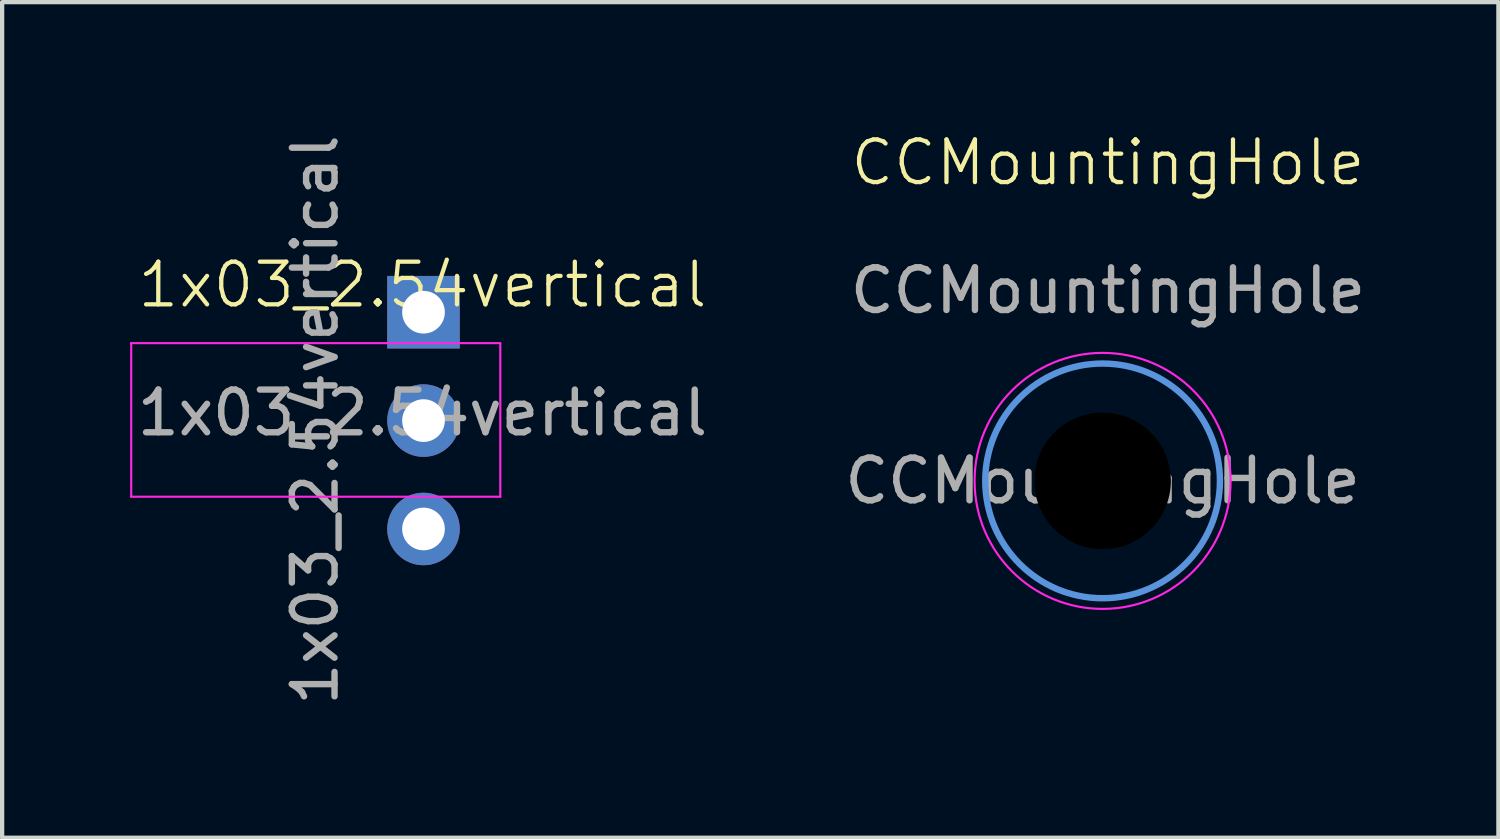
<source format=kicad_pcb>
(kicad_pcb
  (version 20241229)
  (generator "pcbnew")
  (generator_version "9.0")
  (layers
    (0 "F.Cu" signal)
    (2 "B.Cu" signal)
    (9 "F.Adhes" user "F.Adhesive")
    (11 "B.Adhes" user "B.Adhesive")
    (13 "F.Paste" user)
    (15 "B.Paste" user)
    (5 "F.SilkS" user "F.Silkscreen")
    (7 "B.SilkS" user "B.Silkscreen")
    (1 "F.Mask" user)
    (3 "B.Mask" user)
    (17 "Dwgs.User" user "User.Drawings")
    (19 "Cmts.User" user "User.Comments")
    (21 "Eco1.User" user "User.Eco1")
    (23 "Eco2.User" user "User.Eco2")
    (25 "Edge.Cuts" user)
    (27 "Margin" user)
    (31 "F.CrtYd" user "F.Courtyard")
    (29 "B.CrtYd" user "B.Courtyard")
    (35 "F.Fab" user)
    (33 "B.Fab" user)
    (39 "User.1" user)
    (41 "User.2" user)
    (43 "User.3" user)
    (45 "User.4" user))
  (footprint "1x03_2.54vertical"
    (layer "F.Cu")
    (at 6.85 4.125)
    (property "Reference" "1x03_2.54vertical" (at 0 -0.5 0) (unlocked yes) (layer "F.SilkS") (effects (font (size 1 1) (thickness 0.1))))
    (attr through_hole)
    (fp_line (start -6.825 0.867) (end -6.825 4.467) (stroke (width 0.05) (type solid)) (layer "F.CrtYd"))
    (fp_line (start -6.825 4.467) (end 1.825 4.467) (stroke (width 0.05) (type solid)) (layer "F.CrtYd"))
    (fp_line (start 1.825 0.867) (end -6.825 0.867) (stroke (width 0.05) (type solid)) (layer "F.CrtYd"))
    (fp_line (start 1.825 4.467) (end 1.825 0.867) (stroke (width 0.05) (type solid)) (layer "F.CrtYd"))
    (fp_text user "${REFERENCE}" (at 0 2.5 0) (unlocked yes) (layer "F.Fab") (effects (font (size 1 1) (thickness 0.15))))
    (fp_text user "${REFERENCE}" (at -2.515 2.667 90) (layer "F.Fab") (effects (font (size 1 1) (thickness 0.15))))
    (pad "1" thru_hole rect (at 0.025 0.142) (size 1.7 1.7) (drill 1) (layers "*.Cu" "*.Mask"))
    (pad "2" thru_hole oval (at 0.025 2.682) (size 1.7 1.7) (drill 1) (layers "*.Cu" "*.Mask"))
    (pad "3" thru_hole oval (at 0.025 5.222) (size 1.7 1.7) (drill 1) (layers "*.Cu" "*.Mask")))
  (footprint "CCMountingHole"
    (layer "F.Cu")
    (at 22.917 1.26)
    (property "Reference" "CCMountingHole" (at 0 -0.5 0) (unlocked yes) (layer "F.SilkS") (effects (font (size 1 1) (thickness 0.1))))
    (attr through_hole)
    (fp_circle (center -0.127 6.96) (end 2.623 6.96) (stroke (width 0.15) (type solid)) (fill no) (layer "Cmts.User"))
    (fp_circle (center -0.127 6.96) (end 2.873 6.96) (stroke (width 0.05) (type solid)) (fill no) (layer "F.CrtYd"))
    (fp_text user "${REFERENCE}" (at -0.127 6.96 0) (layer "F.Fab") (effects (font (size 1 1) (thickness 0.15))))
    (fp_text user "${REFERENCE}" (at 0 2.5 0) (unlocked yes) (layer "F.Fab") (effects (font (size 1 1) (thickness 0.15))))
    (pad "" np_thru_hole circle (at -0.127 6.96) (size 5.5 5.5) (drill 3.2) (layers "*.Mask")))
  (gr_rect
    (start -3 -3)
    (end 32.066 16.583)
    (stroke (width 0.1) (type default))
    (fill no)
    (layer "Edge.Cuts")))
</source>
